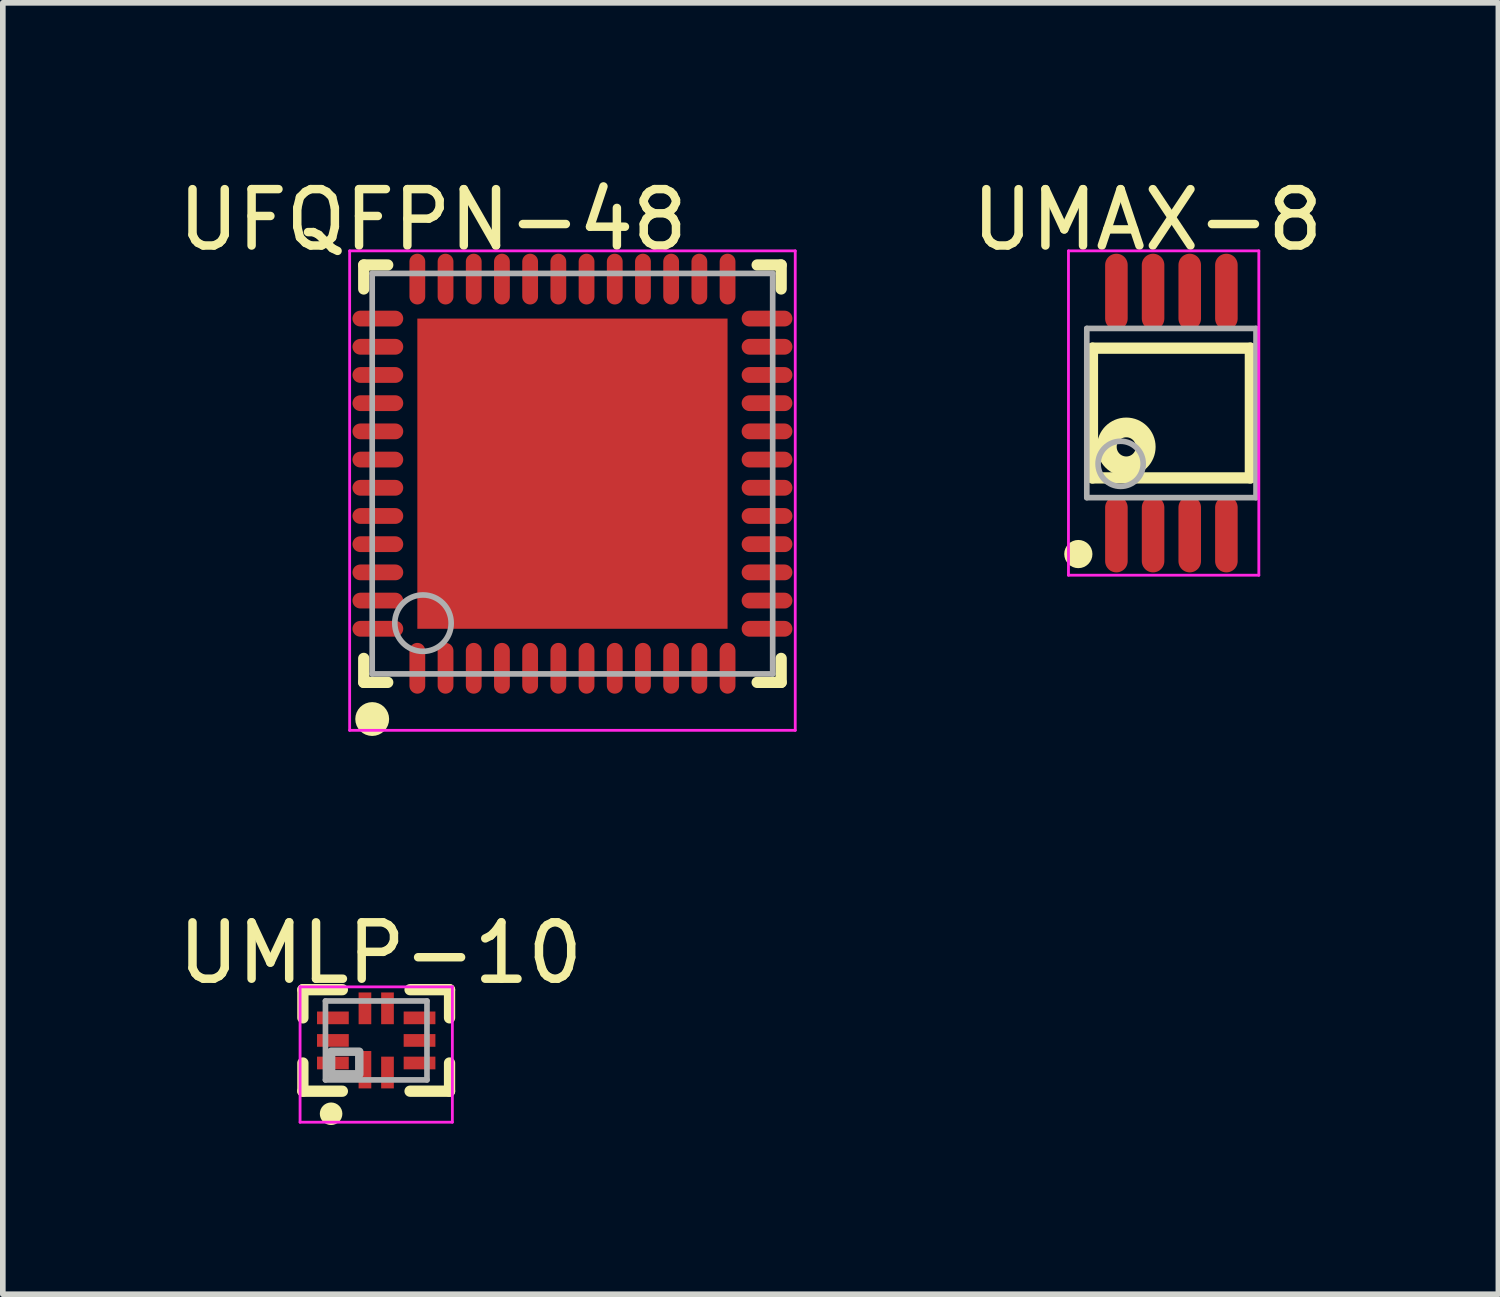
<source format=kicad_pcb>
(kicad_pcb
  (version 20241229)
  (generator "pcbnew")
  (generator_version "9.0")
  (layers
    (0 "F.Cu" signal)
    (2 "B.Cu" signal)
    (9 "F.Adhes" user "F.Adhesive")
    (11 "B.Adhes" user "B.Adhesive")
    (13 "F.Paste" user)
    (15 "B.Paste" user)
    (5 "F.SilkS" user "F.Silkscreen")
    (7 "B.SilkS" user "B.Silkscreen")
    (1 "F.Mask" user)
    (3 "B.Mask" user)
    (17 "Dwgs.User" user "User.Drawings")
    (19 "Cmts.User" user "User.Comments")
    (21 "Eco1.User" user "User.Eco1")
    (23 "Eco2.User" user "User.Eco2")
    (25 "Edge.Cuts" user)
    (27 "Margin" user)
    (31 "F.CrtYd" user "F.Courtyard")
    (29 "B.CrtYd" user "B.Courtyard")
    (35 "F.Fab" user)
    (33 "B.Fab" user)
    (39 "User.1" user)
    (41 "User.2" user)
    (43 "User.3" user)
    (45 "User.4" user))
  (footprint "UMAX-8"
    (layer "F.Cu")
    (at 17.718 4.273)
    (property "Reference" "UMAX-8" (at -0.424 -3.425 0) (layer "F.SilkS") (effects (font (size 1 1) (thickness 0.15))))
    (attr through_hole)
    (fp_line (start -1.4 -1.15) (end 1.4 -1.15) (stroke (width 0.2) (type solid)) (layer "F.SilkS"))
    (fp_line (start -1.4 1.15) (end -1.4 -1.15) (stroke (width 0.2) (type solid)) (layer "F.SilkS"))
    (fp_line (start -1.4 1.15) (end 1.4 1.15) (stroke (width 0.2) (type solid)) (layer "F.SilkS"))
    (fp_line (start 1.4 1.15) (end 1.4 -1.15) (stroke (width 0.2) (type solid)) (layer "F.SilkS"))
    (fp_circle (center -1.65 2.5) (end -1.525 2.5) (stroke (width 0.25) (type solid)) (fill no) (layer "F.SilkS"))
    (fp_circle (center -0.8 0.6) (end -0.63 0.6) (stroke (width 0.35) (type solid)) (fill no) (layer "F.SilkS"))
    (fp_line (start -1.825 -2.875) (end 1.55 -2.875) (stroke (width 0.05) (type solid)) (layer "F.CrtYd"))
    (fp_line (start -1.825 2.875) (end -1.825 -2.875) (stroke (width 0.05) (type solid)) (layer "F.CrtYd"))
    (fp_line (start 1.55 -2.875) (end 1.55 2.875) (stroke (width 0.05) (type solid)) (layer "F.CrtYd"))
    (fp_line (start 1.55 2.875) (end -1.825 2.875) (stroke (width 0.05) (type solid)) (layer "F.CrtYd"))
    (fp_line (start -1.5 -1.5) (end 1.5 -1.5) (stroke (width 0.1) (type solid)) (layer "F.Fab"))
    (fp_line (start -1.5 1.5) (end -1.5 -1.5) (stroke (width 0.1) (type solid)) (layer "F.Fab"))
    (fp_line (start -1.5 1.5) (end 1.5 1.5) (stroke (width 0.1) (type solid)) (layer "F.Fab"))
    (fp_line (start 1.5 1.5) (end 1.5 -1.5) (stroke (width 0.1) (type solid)) (layer "F.Fab"))
    (fp_circle (center -0.9 0.9) (end -0.5 0.9) (stroke (width 0.1) (type solid)) (fill no) (layer "F.Fab"))
    (pad "1" smd oval (at -0.975 2.15 180) (size 0.4 1.35) (layers "F.Cu" "F.Mask" "F.Paste"))
    (pad "2" smd oval (at -0.325 2.15 180) (size 0.4 1.35) (layers "F.Cu" "F.Mask" "F.Paste"))
    (pad "3" smd oval (at 0.325 2.15 180) (size 0.4 1.35) (layers "F.Cu" "F.Mask" "F.Paste"))
    (pad "4" smd oval (at 0.975 2.15 180) (size 0.4 1.35) (layers "F.Cu" "F.Mask" "F.Paste"))
    (pad "5" smd oval (at 0.975 -2.15) (size 0.4 1.35) (layers "F.Cu" "F.Mask" "F.Paste"))
    (pad "6" smd oval (at 0.325 -2.15) (size 0.4 1.35) (layers "F.Cu" "F.Mask" "F.Paste"))
    (pad "7" smd oval (at -0.325 -2.15) (size 0.4 1.35) (layers "F.Cu" "F.Mask" "F.Paste"))
    (pad "8" smd oval (at -0.975 -2.15) (size 0.4 1.35) (layers "F.Cu" "F.Mask" "F.Paste")))
  (footprint "UMLP-10"
    (layer "F.Cu")
    (at 3.62 15.396)
    (property "Reference" "UMLP-10" (at 0.076 -1.549 0) (layer "F.SilkS") (effects (font (size 1 1) (thickness 0.15))))
    (attr through_hole)
    (fp_line (start -1.3 -0.9) (end -0.6 -0.9) (stroke (width 0.2) (type solid)) (layer "F.SilkS"))
    (fp_line (start -1.3 -0.4) (end -1.3 -0.9) (stroke (width 0.2) (type solid)) (layer "F.SilkS"))
    (fp_line (start -1.3 0.9) (end -1.3 0.4) (stroke (width 0.2) (type solid)) (layer "F.SilkS"))
    (fp_line (start -1.3 0.9) (end -0.6 0.9) (stroke (width 0.2) (type solid)) (layer "F.SilkS"))
    (fp_line (start 0.6 -0.9) (end 1.3 -0.9) (stroke (width 0.2) (type solid)) (layer "F.SilkS"))
    (fp_line (start 0.6 0.9) (end 1.3 0.9) (stroke (width 0.2) (type solid)) (layer "F.SilkS"))
    (fp_line (start 1.3 -0.4) (end 1.3 -0.9) (stroke (width 0.2) (type solid)) (layer "F.SilkS"))
    (fp_line (start 1.3 0.9) (end 1.3 0.4) (stroke (width 0.2) (type solid)) (layer "F.SilkS"))
    (fp_circle (center -0.8 1.3) (end -0.7 1.3) (stroke (width 0.2) (type solid)) (fill no) (layer "F.SilkS"))
    (fp_line (start -1.35 -0.95) (end 1.35 -0.95) (stroke (width 0.05) (type solid)) (layer "F.CrtYd"))
    (fp_line (start -1.35 1.45) (end -1.35 -0.95) (stroke (width 0.05) (type solid)) (layer "F.CrtYd"))
    (fp_line (start 1.35 -0.95) (end 1.35 1.45) (stroke (width 0.05) (type solid)) (layer "F.CrtYd"))
    (fp_line (start 1.35 1.45) (end -1.35 1.45) (stroke (width 0.05) (type solid)) (layer "F.CrtYd"))
    (fp_line (start -0.9 -0.7) (end 0.9 -0.7) (stroke (width 0.1) (type solid)) (layer "F.Fab"))
    (fp_line (start -0.9 0.7) (end -0.9 -0.7) (stroke (width 0.1) (type solid)) (layer "F.Fab"))
    (fp_line (start -0.9 0.7) (end 0.9 0.7) (stroke (width 0.1) (type solid)) (layer "F.Fab"))
    (fp_line (start 0.9 0.7) (end 0.9 -0.7) (stroke (width 0.1) (type solid)) (layer "F.Fab"))
    (fp_poly (pts (xy -0.8 0.6) (xy -0.3 0.6) (xy -0.3 0.2) (xy -0.8 0.2)) (stroke (width 0.15) (type solid)) (fill no) (layer "F.Fab"))
    (pad "1" smd rect (at -0.2 0.519) (size 0.225 0.663) (layers "F.Cu" "F.Mask" "F.Paste"))
    (pad "2" smd rect (at 0.2 0.569) (size 0.225 0.563) (layers "F.Cu" "F.Mask" "F.Paste"))
    (pad "3" smd rect (at 0.768 0.4 270) (size 0.225 0.563) (layers "F.Cu" "F.Mask" "F.Paste"))
    (pad "4" smd rect (at 0.768 0 270) (size 0.225 0.563) (layers "F.Cu" "F.Mask" "F.Paste"))
    (pad "5" smd rect (at 0.768 -0.4 270) (size 0.225 0.563) (layers "F.Cu" "F.Mask" "F.Paste"))
    (pad "6" smd rect (at 0.2 -0.569) (size 0.225 0.563) (layers "F.Cu" "F.Mask" "F.Paste"))
    (pad "7" smd rect (at -0.2 -0.569) (size 0.225 0.563) (layers "F.Cu" "F.Mask" "F.Paste"))
    (pad "8" smd rect (at -0.768 -0.4 270) (size 0.225 0.563) (layers "F.Cu" "F.Mask" "F.Paste"))
    (pad "9" smd rect (at -0.768 0 270) (size 0.225 0.563) (layers "F.Cu" "F.Mask" "F.Paste"))
    (pad "10" smd rect (at -0.768 0.4 270) (size 0.225 0.563) (layers "F.Cu" "F.Mask" "F.Paste")))
  (footprint "UFQFPN-48"
    (layer "F.Cu")
    (at 7.099 5.348)
    (property "Reference" "UFQFPN-48" (at -2.474 -4.5 0) (layer "F.SilkS") (effects (font (size 1 1) (thickness 0.15))))
    (attr through_hole)
    (fp_line (start -3.7 -3.7) (end -3.275 -3.7) (stroke (width 0.2) (type solid)) (layer "F.SilkS"))
    (fp_line (start -3.7 -3.275) (end -3.7 -3.7) (stroke (width 0.2) (type solid)) (layer "F.SilkS"))
    (fp_line (start -3.7 3.7) (end -3.7 3.275) (stroke (width 0.2) (type solid)) (layer "F.SilkS"))
    (fp_line (start -3.7 3.7) (end -3.275 3.7) (stroke (width 0.2) (type solid)) (layer "F.SilkS"))
    (fp_line (start 3.275 -3.7) (end 3.7 -3.7) (stroke (width 0.2) (type solid)) (layer "F.SilkS"))
    (fp_line (start 3.275 3.7) (end 3.7 3.7) (stroke (width 0.2) (type solid)) (layer "F.SilkS"))
    (fp_line (start 3.7 -3.275) (end 3.7 -3.7) (stroke (width 0.2) (type solid)) (layer "F.SilkS"))
    (fp_line (start 3.7 3.7) (end 3.7 3.275) (stroke (width 0.2) (type solid)) (layer "F.SilkS"))
    (fp_circle (center -3.55 4.35) (end -3.4 4.35) (stroke (width 0.3) (type solid)) (fill no) (layer "F.SilkS"))
    (fp_line (start -3.95 -3.95) (end 3.95 -3.95) (stroke (width 0.05) (type solid)) (layer "F.CrtYd"))
    (fp_line (start -3.95 4.55) (end -3.95 -3.95) (stroke (width 0.05) (type solid)) (layer "F.CrtYd"))
    (fp_line (start 3.95 -3.95) (end 3.95 4.55) (stroke (width 0.05) (type solid)) (layer "F.CrtYd"))
    (fp_line (start 3.95 4.55) (end -3.95 4.55) (stroke (width 0.05) (type solid)) (layer "F.CrtYd"))
    (fp_line (start -3.55 -3.55) (end 3.55 -3.55) (stroke (width 0.1) (type solid)) (layer "F.Fab"))
    (fp_line (start -3.55 3.55) (end -3.55 -3.55) (stroke (width 0.1) (type solid)) (layer "F.Fab"))
    (fp_line (start -3.55 3.55) (end 3.55 3.55) (stroke (width 0.1) (type solid)) (layer "F.Fab"))
    (fp_line (start 3.55 3.55) (end 3.55 -3.55) (stroke (width 0.1) (type solid)) (layer "F.Fab"))
    (fp_circle (center -2.65 2.65) (end -2.15 2.65) (stroke (width 0.1) (type solid)) (fill no) (layer "F.Fab"))
    (pad "0" smd rect (at 0 0 90) (size 5.5 5.5) (layers "F.Cu" "F.Mask" "F.Paste"))
    (pad "1" smd oval (at -2.75 3.45 180) (size 0.28 0.9) (layers "F.Cu" "F.Mask" "F.Paste"))
    (pad "2" smd oval (at -2.25 3.45 180) (size 0.28 0.9) (layers "F.Cu" "F.Mask" "F.Paste"))
    (pad "3" smd oval (at -1.75 3.45 180) (size 0.28 0.9) (layers "F.Cu" "F.Mask" "F.Paste"))
    (pad "4" smd oval (at -1.25 3.45 180) (size 0.28 0.9) (layers "F.Cu" "F.Mask" "F.Paste"))
    (pad "5" smd oval (at -0.75 3.45 180) (size 0.28 0.9) (layers "F.Cu" "F.Mask" "F.Paste"))
    (pad "6" smd oval (at -0.25 3.45 180) (size 0.28 0.9) (layers "F.Cu" "F.Mask" "F.Paste"))
    (pad "7" smd oval (at 0.25 3.45 180) (size 0.28 0.9) (layers "F.Cu" "F.Mask" "F.Paste"))
    (pad "8" smd oval (at 0.75 3.45 180) (size 0.28 0.9) (layers "F.Cu" "F.Mask" "F.Paste"))
    (pad "9" smd oval (at 1.25 3.45 180) (size 0.28 0.9) (layers "F.Cu" "F.Mask" "F.Paste"))
    (pad "10" smd oval (at 1.75 3.45 180) (size 0.28 0.9) (layers "F.Cu" "F.Mask" "F.Paste"))
    (pad "11" smd oval (at 2.25 3.45 180) (size 0.28 0.9) (layers "F.Cu" "F.Mask" "F.Paste"))
    (pad "12" smd oval (at 2.75 3.45 180) (size 0.28 0.9) (layers "F.Cu" "F.Mask" "F.Paste"))
    (pad "13" smd oval (at 3.45 2.75 90) (size 0.28 0.9) (layers "F.Cu" "F.Mask" "F.Paste"))
    (pad "14" smd oval (at 3.45 2.25 90) (size 0.28 0.9) (layers "F.Cu" "F.Mask" "F.Paste"))
    (pad "15" smd oval (at 3.45 1.75 90) (size 0.28 0.9) (layers "F.Cu" "F.Mask" "F.Paste"))
    (pad "16" smd oval (at 3.45 1.25 90) (size 0.28 0.9) (layers "F.Cu" "F.Mask" "F.Paste"))
    (pad "17" smd oval (at 3.45 0.75 90) (size 0.28 0.9) (layers "F.Cu" "F.Mask" "F.Paste"))
    (pad "18" smd oval (at 3.45 0.25 90) (size 0.28 0.9) (layers "F.Cu" "F.Mask" "F.Paste"))
    (pad "19" smd oval (at 3.45 -0.25 90) (size 0.28 0.9) (layers "F.Cu" "F.Mask" "F.Paste"))
    (pad "20" smd oval (at 3.45 -0.75 90) (size 0.28 0.9) (layers "F.Cu" "F.Mask" "F.Paste"))
    (pad "21" smd oval (at 3.45 -1.25 90) (size 0.28 0.9) (layers "F.Cu" "F.Mask" "F.Paste"))
    (pad "22" smd oval (at 3.45 -1.75 90) (size 0.28 0.9) (layers "F.Cu" "F.Mask" "F.Paste"))
    (pad "23" smd oval (at 3.45 -2.25 90) (size 0.28 0.9) (layers "F.Cu" "F.Mask" "F.Paste"))
    (pad "24" smd oval (at 3.45 -2.75 90) (size 0.28 0.9) (layers "F.Cu" "F.Mask" "F.Paste"))
    (pad "25" smd oval (at 2.75 -3.45 180) (size 0.28 0.9) (layers "F.Cu" "F.Mask" "F.Paste"))
    (pad "26" smd oval (at 2.25 -3.45 180) (size 0.28 0.9) (layers "F.Cu" "F.Mask" "F.Paste"))
    (pad "27" smd oval (at 1.75 -3.45 180) (size 0.28 0.9) (layers "F.Cu" "F.Mask" "F.Paste"))
    (pad "28" smd oval (at 1.25 -3.45 180) (size 0.28 0.9) (layers "F.Cu" "F.Mask" "F.Paste"))
    (pad "29" smd oval (at 0.75 -3.45 180) (size 0.28 0.9) (layers "F.Cu" "F.Mask" "F.Paste"))
    (pad "30" smd oval (at 0.25 -3.45 180) (size 0.28 0.9) (layers "F.Cu" "F.Mask" "F.Paste"))
    (pad "31" smd oval (at -0.25 -3.45 180) (size 0.28 0.9) (layers "F.Cu" "F.Mask" "F.Paste"))
    (pad "32" smd oval (at -0.75 -3.45 180) (size 0.28 0.9) (layers "F.Cu" "F.Mask" "F.Paste"))
    (pad "33" smd oval (at -1.25 -3.45 180) (size 0.28 0.9) (layers "F.Cu" "F.Mask" "F.Paste"))
    (pad "34" smd oval (at -1.75 -3.45 180) (size 0.28 0.9) (layers "F.Cu" "F.Mask" "F.Paste"))
    (pad "35" smd oval (at -2.25 -3.45 180) (size 0.28 0.9) (layers "F.Cu" "F.Mask" "F.Paste"))
    (pad "36" smd oval (at -2.75 -3.45 180) (size 0.28 0.9) (layers "F.Cu" "F.Mask" "F.Paste"))
    (pad "37" smd oval (at -3.45 -2.75 90) (size 0.28 0.9) (layers "F.Cu" "F.Mask" "F.Paste"))
    (pad "38" smd oval (at -3.45 -2.25 90) (size 0.28 0.9) (layers "F.Cu" "F.Mask" "F.Paste"))
    (pad "39" smd oval (at -3.45 -1.75 90) (size 0.28 0.9) (layers "F.Cu" "F.Mask" "F.Paste"))
    (pad "40" smd oval (at -3.45 -1.25 90) (size 0.28 0.9) (layers "F.Cu" "F.Mask" "F.Paste"))
    (pad "41" smd oval (at -3.45 -0.75 90) (size 0.28 0.9) (layers "F.Cu" "F.Mask" "F.Paste"))
    (pad "42" smd oval (at -3.45 -0.25 90) (size 0.28 0.9) (layers "F.Cu" "F.Mask" "F.Paste"))
    (pad "43" smd oval (at -3.45 0.25 90) (size 0.28 0.9) (layers "F.Cu" "F.Mask" "F.Paste"))
    (pad "44" smd oval (at -3.45 0.75 90) (size 0.28 0.9) (layers "F.Cu" "F.Mask" "F.Paste"))
    (pad "45" smd oval (at -3.45 1.25 90) (size 0.28 0.9) (layers "F.Cu" "F.Mask" "F.Paste"))
    (pad "46" smd oval (at -3.45 1.75 90) (size 0.28 0.9) (layers "F.Cu" "F.Mask" "F.Paste"))
    (pad "47" smd oval (at -3.45 2.25 90) (size 0.28 0.9) (layers "F.Cu" "F.Mask" "F.Paste"))
    (pad "48" smd oval (at -3.45 2.75 90) (size 0.28 0.9) (layers "F.Cu" "F.Mask" "F.Paste")))
  (gr_rect
    (start -3 -3)
    (end 23.515 19.896)
    (stroke (width 0.1) (type default))
    (fill no)
    (layer "Edge.Cuts")))
</source>
